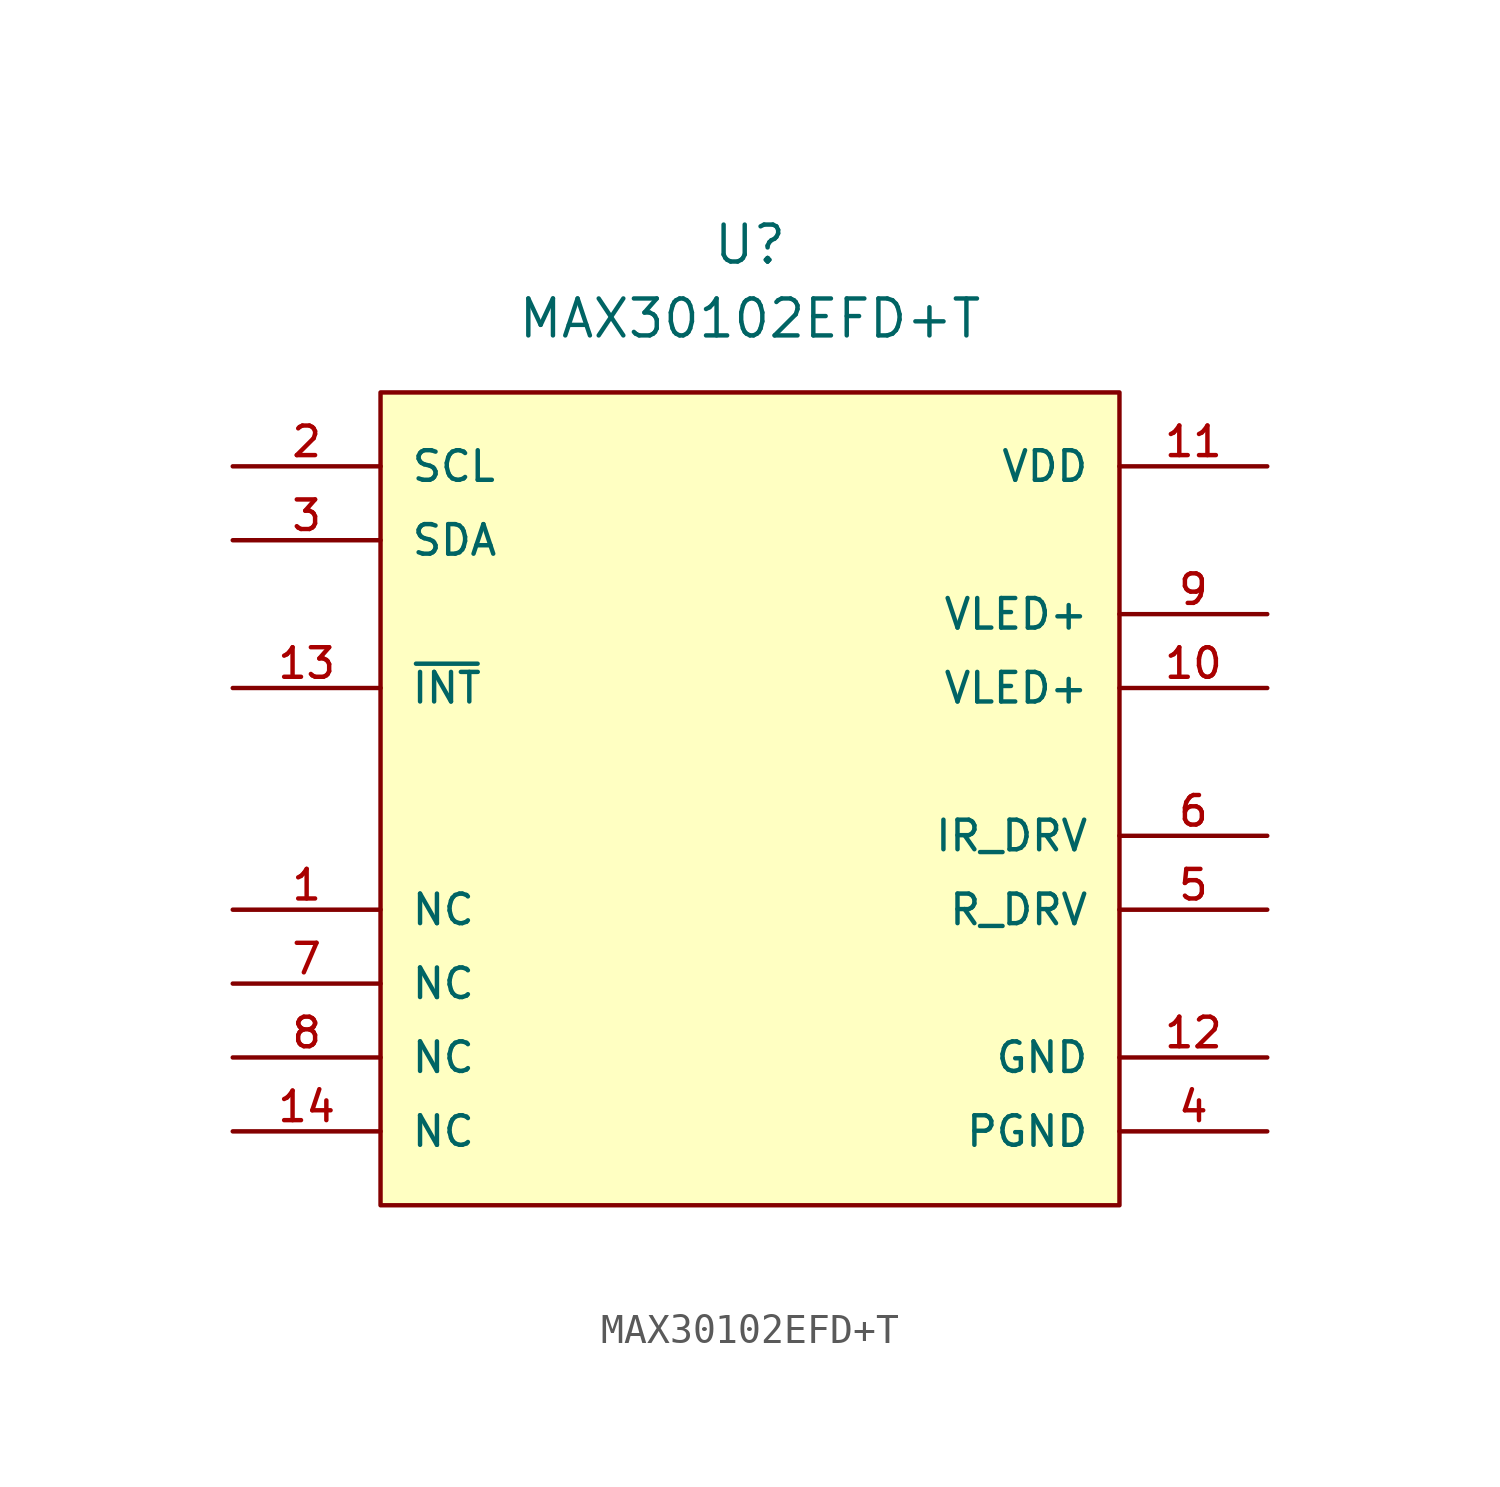
<source format=kicad_sym>
(kicad_symbol_lib
  (version 20220914)
  (generator kicad_symbol_editor)
  (symbol "MAX30102EFD+T"
    (pin_names
      (offset 1.016))
    (property "Reference" "U"
      (at 0 17.78 0)
      (effects (font (size 1.27 1.27))))
    (property "Value" "MAX30102EFD+T"
      (at 0 15.24 0)
      (effects (font (size 1.27 1.27))))
    (symbol "MAX30102EFD+T_1_1"
      (rectangle (start -12.7 12.7) (end 12.7 -15.24) (stroke (width 0) (type solid)) (fill (type background)))
      (pin unspecified line (at -17.78 -5.08 0) (length 5.08) (name "NC" (effects (font (size 1.016 1.016)))) (number "1" (effects (font (size 1.016 1.016)))))
      (pin unspecified line (at 17.78 2.54 180) (length 5.08) (name "VLED+" (effects (font (size 1.016 1.016)))) (number "10" (effects (font (size 1.016 1.016)))))
      (pin unspecified line (at 17.78 10.16 180) (length 5.08) (name "VDD" (effects (font (size 1.016 1.016)))) (number "11" (effects (font (size 1.016 1.016)))))
      (pin unspecified line (at 17.78 -10.16 180) (length 5.08) (name "GND" (effects (font (size 1.016 1.016)))) (number "12" (effects (font (size 1.016 1.016)))))
      (pin unspecified line (at -17.78 2.54 0) (length 5.08) (name "~{INT}" (effects (font (size 1.016 1.016)))) (number "13" (effects (font (size 1.016 1.016)))))
      (pin unspecified line (at -17.78 -12.7 0) (length 5.08) (name "NC" (effects (font (size 1.016 1.016)))) (number "14" (effects (font (size 1.016 1.016)))))
      (pin unspecified line (at -17.78 10.16 0) (length 5.08) (name "SCL" (effects (font (size 1.016 1.016)))) (number "2" (effects (font (size 1.016 1.016)))))
      (pin unspecified line (at -17.78 7.62 0) (length 5.08) (name "SDA" (effects (font (size 1.016 1.016)))) (number "3" (effects (font (size 1.016 1.016)))))
      (pin unspecified line (at 17.78 -12.7 180) (length 5.08) (name "PGND" (effects (font (size 1.016 1.016)))) (number "4" (effects (font (size 1.016 1.016)))))
      (pin unspecified line (at 17.78 -5.08 180) (length 5.08) (name "R_DRV" (effects (font (size 1.016 1.016)))) (number "5" (effects (font (size 1.016 1.016)))))
      (pin unspecified line (at 17.78 -2.54 180) (length 5.08) (name "IR_DRV" (effects (font (size 1.016 1.016)))) (number "6" (effects (font (size 1.016 1.016)))))
      (pin unspecified line (at -17.78 -7.62 0) (length 5.08) (name "NC" (effects (font (size 1.016 1.016)))) (number "7" (effects (font (size 1.016 1.016)))))
      (pin unspecified line (at -17.78 -10.16 0) (length 5.08) (name "NC" (effects (font (size 1.016 1.016)))) (number "8" (effects (font (size 1.016 1.016)))))
      (pin unspecified line (at 17.78 5.08 180) (length 5.08) (name "VLED+" (effects (font (size 1.016 1.016)))) (number "9" (effects (font (size 1.016 1.016))))))))
</source>
